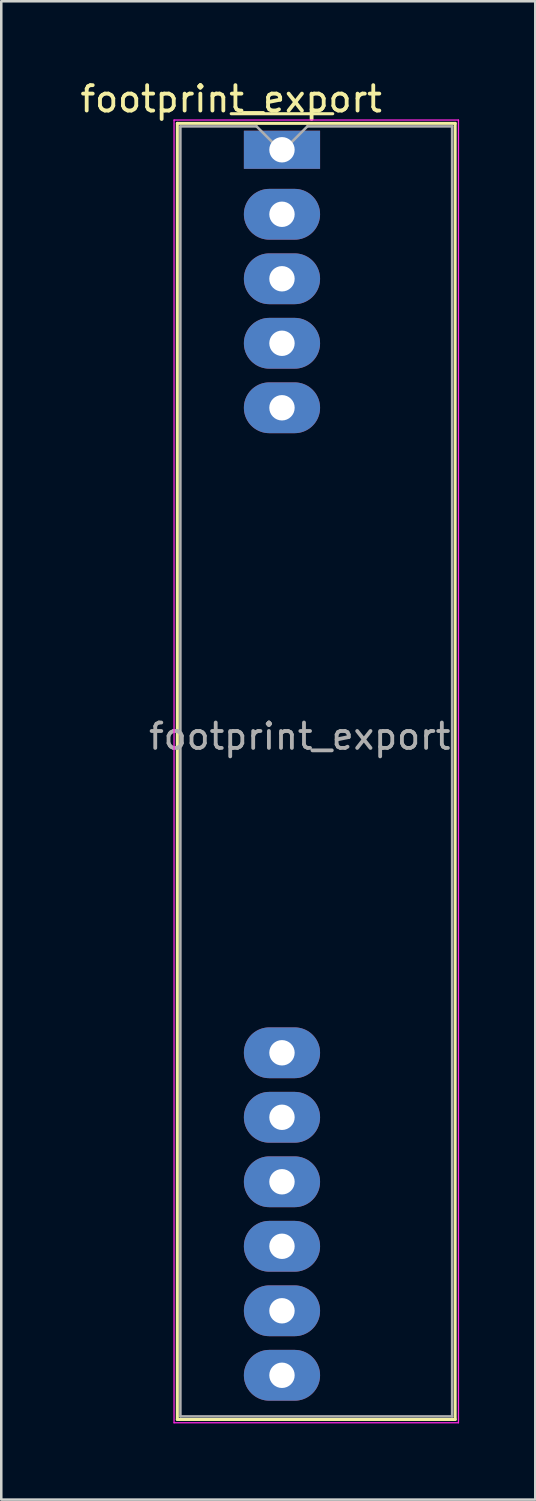
<source format=kicad_pcb>
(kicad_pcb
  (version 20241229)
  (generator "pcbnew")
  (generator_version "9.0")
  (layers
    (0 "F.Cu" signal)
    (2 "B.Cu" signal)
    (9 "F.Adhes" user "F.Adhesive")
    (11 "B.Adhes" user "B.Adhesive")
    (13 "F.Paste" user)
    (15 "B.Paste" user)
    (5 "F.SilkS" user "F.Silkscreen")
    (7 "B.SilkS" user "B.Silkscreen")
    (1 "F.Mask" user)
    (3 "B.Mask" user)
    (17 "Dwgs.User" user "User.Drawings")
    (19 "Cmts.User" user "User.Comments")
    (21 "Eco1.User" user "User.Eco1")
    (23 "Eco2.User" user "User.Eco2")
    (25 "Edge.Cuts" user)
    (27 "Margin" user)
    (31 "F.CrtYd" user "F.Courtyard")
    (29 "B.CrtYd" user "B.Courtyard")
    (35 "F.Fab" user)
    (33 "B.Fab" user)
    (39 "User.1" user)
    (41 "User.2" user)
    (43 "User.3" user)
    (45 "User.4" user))
  (footprint "footprint_export"
    (layer "F.Cu")
    (at 8.054 2.848)
    (property "Reference" "footprint_export" (at -2 -2 0) (layer "F.SilkS") (effects (font (size 1 1) (thickness 0.15))))
    (attr through_hole)
    (fp_line (start -4.12 -1.04) (end 6.82 -1.04) (stroke (width 0.12) (type solid)) (layer "F.SilkS"))
    (fp_line (start -4.12 50) (end -4.12 -1.04) (stroke (width 0.12) (type solid)) (layer "F.SilkS"))
    (fp_line (start -2 -1.42) (end 2 -1.42) (stroke (width 0.12) (type solid)) (layer "F.SilkS"))
    (fp_line (start 6.82 -1.04) (end 6.82 50) (stroke (width 0.12) (type solid)) (layer "F.SilkS"))
    (fp_line (start 6.82 50) (end -4.12 50) (stroke (width 0.12) (type solid)) (layer "F.SilkS"))
    (fp_line (start -4.25 -1.17) (end 6.95 -1.17) (stroke (width 0.05) (type solid)) (layer "F.CrtYd"))
    (fp_line (start -4.25 50.13) (end -4.25 -1.17) (stroke (width 0.05) (type solid)) (layer "F.CrtYd"))
    (fp_line (start 6.95 -1.17) (end 6.95 50.13) (stroke (width 0.05) (type solid)) (layer "F.CrtYd"))
    (fp_line (start 6.95 50.13) (end -4.25 50.13) (stroke (width 0.05) (type solid)) (layer "F.CrtYd"))
    (fp_line (start -4 -0.92) (end -1 -0.92) (stroke (width 0.1) (type solid)) (layer "F.Fab"))
    (fp_line (start -4 49.88) (end -4 -0.92) (stroke (width 0.1) (type solid)) (layer "F.Fab"))
    (fp_line (start -1 -0.92) (end 0 0.08) (stroke (width 0.1) (type solid)) (layer "F.Fab"))
    (fp_line (start 0 0.08) (end 1 -0.92) (stroke (width 0.1) (type solid)) (layer "F.Fab"))
    (fp_line (start 1 -0.92) (end 6.7 -0.92) (stroke (width 0.1) (type solid)) (layer "F.Fab"))
    (fp_line (start 6.7 -0.92) (end 6.7 49.88) (stroke (width 0.1) (type solid)) (layer "F.Fab"))
    (fp_line (start 6.7 49.88) (end -4 49.88) (stroke (width 0.1) (type solid)) (layer "F.Fab"))
    (fp_text user "${REFERENCE}" (at 0.7 23.1 0) (layer "F.Fab") (effects (font (size 1 1) (thickness 0.15))))
    (pad "1" thru_hole rect (at 0 0) (size 3 1.5) (drill 1) (layers "*.Cu" "*.Mask"))
    (pad "2" thru_hole oval (at 0 2.54) (size 3 2) (drill 1) (layers "*.Cu" "*.Mask"))
    (pad "3" thru_hole oval (at 0 5.08) (size 3 2) (drill 1) (layers "*.Cu" "*.Mask"))
    (pad "4" thru_hole oval (at 0 7.62) (size 3 2) (drill 1) (layers "*.Cu" "*.Mask"))
    (pad "5" thru_hole oval (at 0 10.16) (size 3 2) (drill 1) (layers "*.Cu" "*.Mask"))
    (pad "6" thru_hole oval (at 0 35.56) (size 3 2) (drill 1) (layers "*.Cu" "*.Mask"))
    (pad "7" thru_hole oval (at 0 38.1) (size 3 2) (drill 1) (layers "*.Cu" "*.Mask"))
    (pad "8" thru_hole oval (at 0 40.64) (size 3 2) (drill 1) (layers "*.Cu" "*.Mask"))
    (pad "9" thru_hole oval (at 0 43.18) (size 3 2) (drill 1) (layers "*.Cu" "*.Mask"))
    (pad "10" thru_hole oval (at 0 45.72) (size 3 2) (drill 1) (layers "*.Cu" "*.Mask"))
    (pad "11" thru_hole oval (at 0 48.26) (size 3 2) (drill 1) (layers "*.Cu" "*.Mask")))
  (gr_rect
    (start -3 -3)
    (end 18.029 56.003)
    (stroke (width 0.1) (type default))
    (fill no)
    (layer "Edge.Cuts")))
</source>
